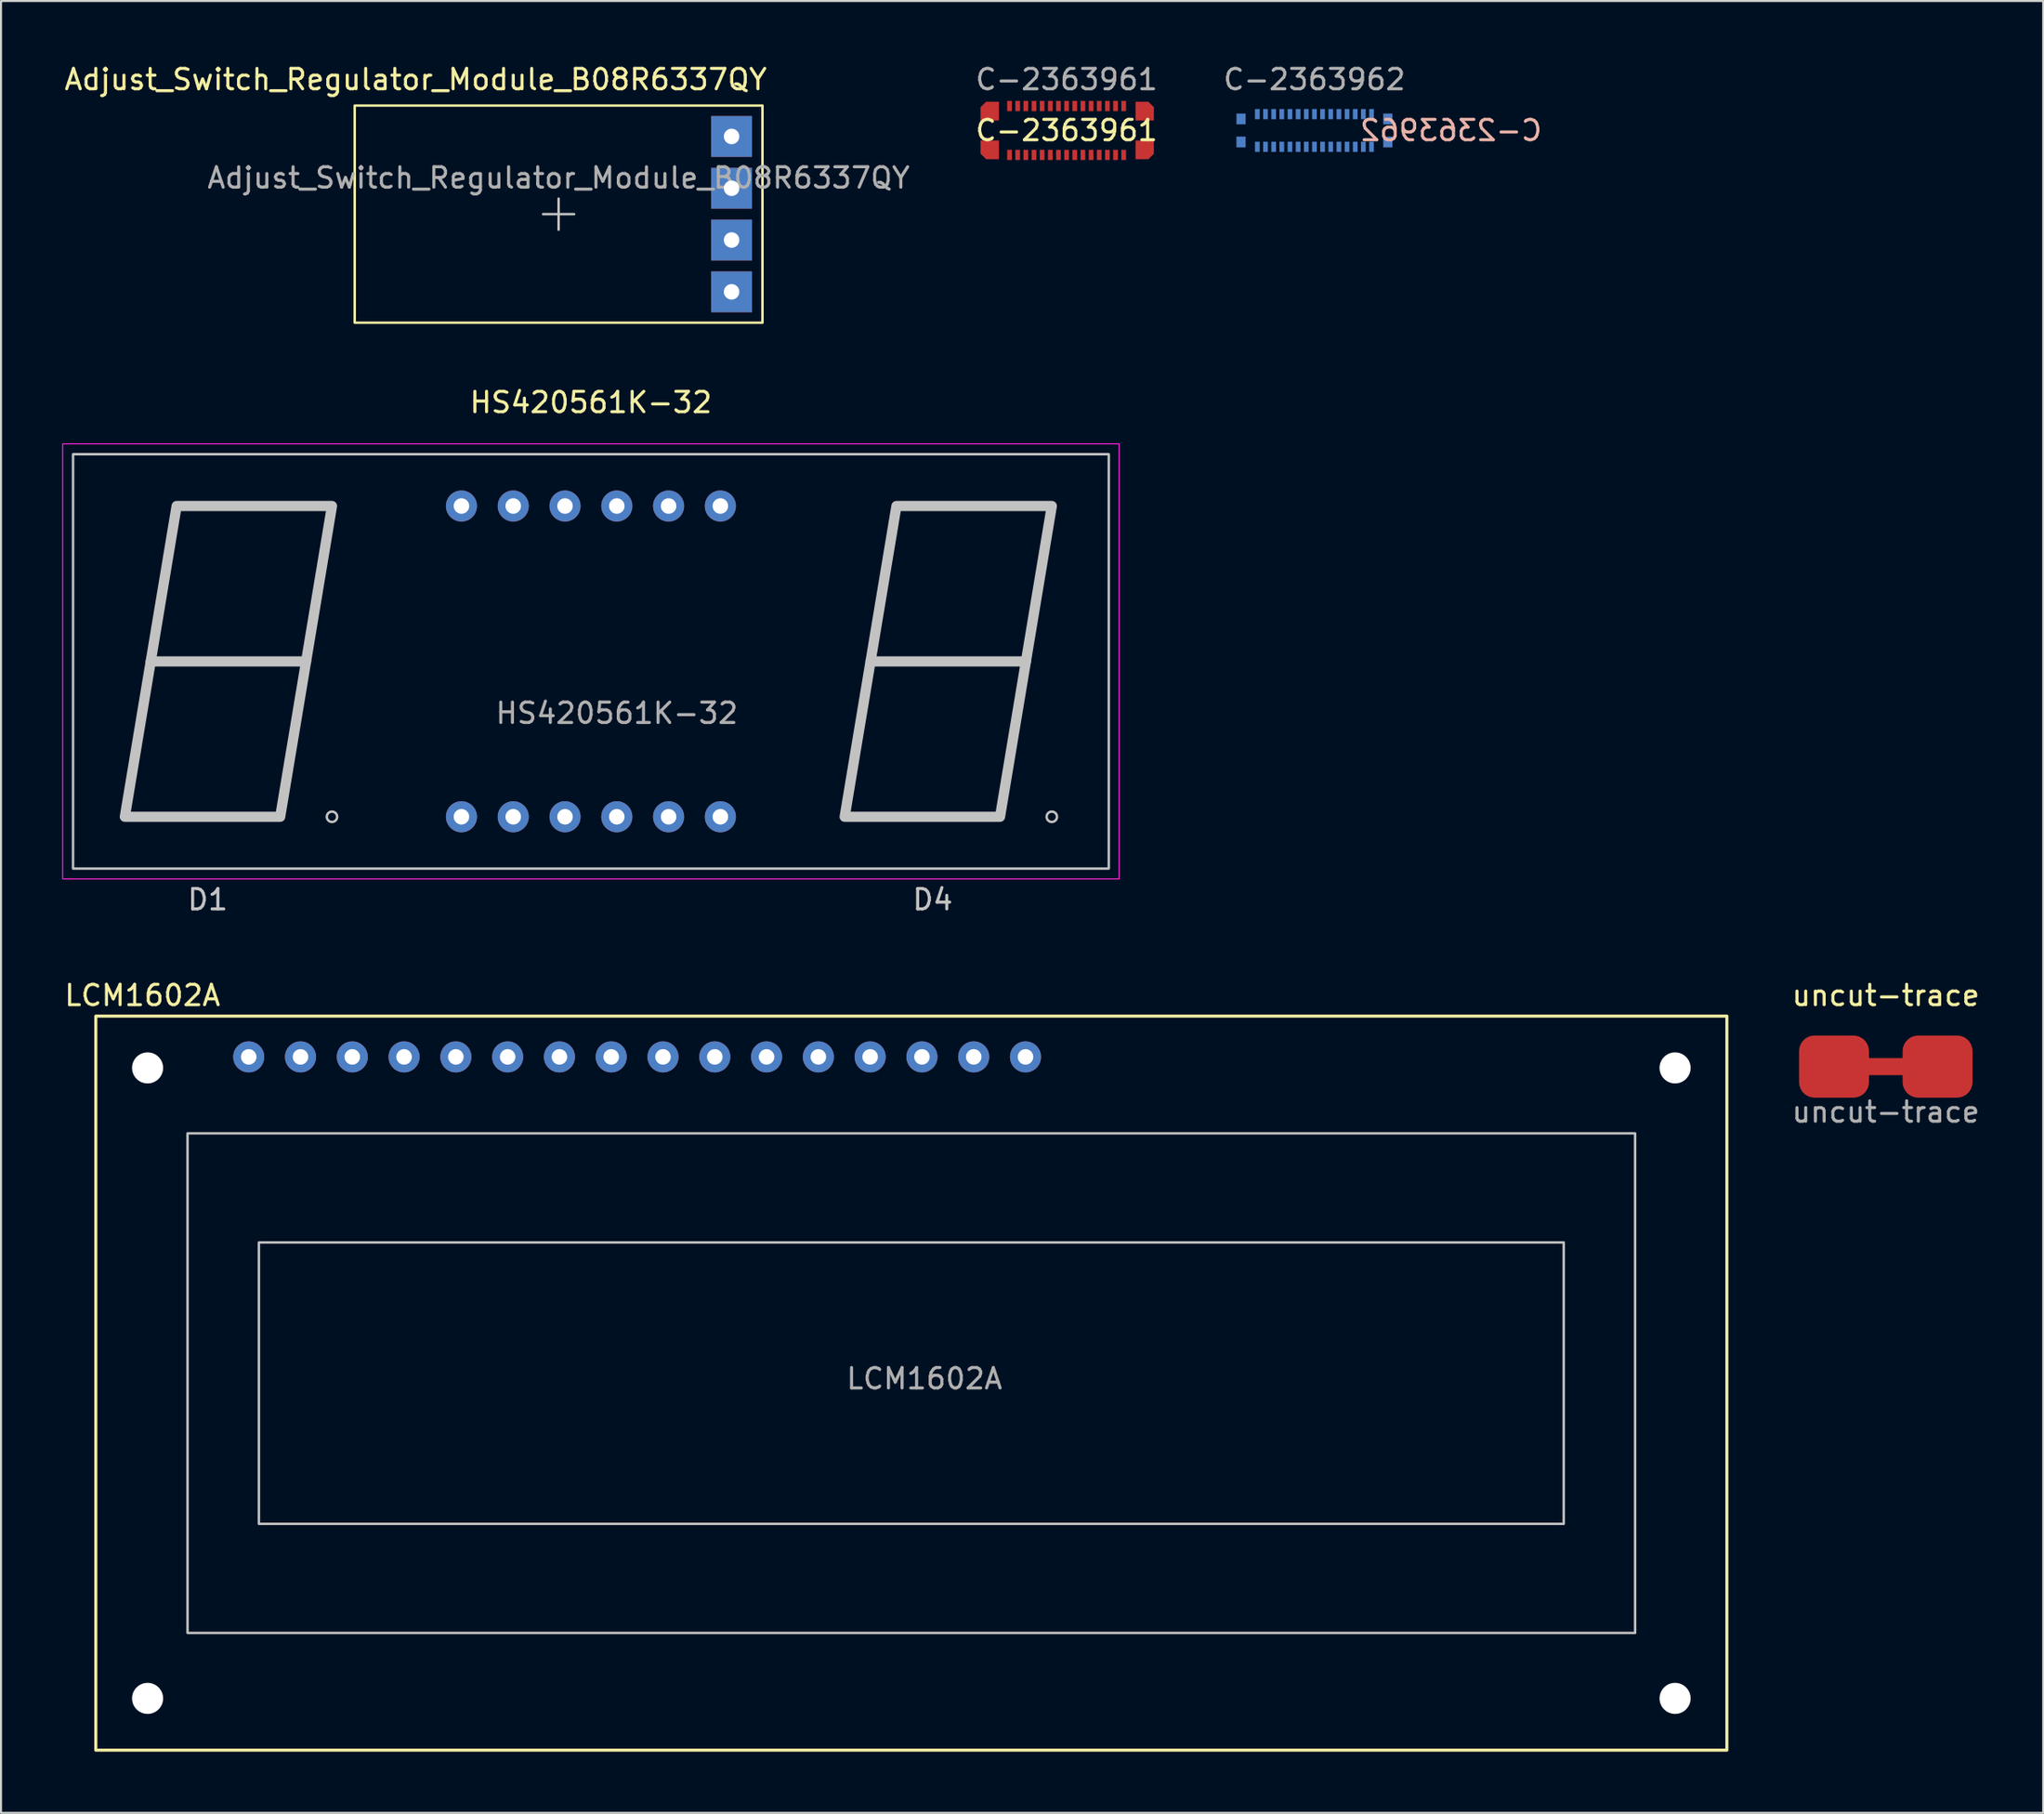
<source format=kicad_pcb>
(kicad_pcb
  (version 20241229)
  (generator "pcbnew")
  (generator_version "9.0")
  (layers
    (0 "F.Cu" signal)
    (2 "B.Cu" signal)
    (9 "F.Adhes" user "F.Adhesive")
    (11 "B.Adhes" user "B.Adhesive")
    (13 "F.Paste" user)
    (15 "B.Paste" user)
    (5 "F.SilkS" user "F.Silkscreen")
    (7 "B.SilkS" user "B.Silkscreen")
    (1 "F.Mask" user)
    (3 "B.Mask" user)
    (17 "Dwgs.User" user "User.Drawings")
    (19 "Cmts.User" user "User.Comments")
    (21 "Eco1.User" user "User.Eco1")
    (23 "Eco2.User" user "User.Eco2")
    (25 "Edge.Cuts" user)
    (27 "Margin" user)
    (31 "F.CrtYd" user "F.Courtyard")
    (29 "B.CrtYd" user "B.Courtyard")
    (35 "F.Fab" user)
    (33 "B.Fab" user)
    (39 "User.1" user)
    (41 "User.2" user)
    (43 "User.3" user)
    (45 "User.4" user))
  (footprint "C-2363962"
    (layer "F.Cu")
    (at 61.42 3.348)
    (property "Reference" "C-2363962" (at 6.7 0 0) (unlocked yes) (layer "B.SilkS") (effects (font (size 1 1) (thickness 0.15)) (justify mirror)))
    (attr smd)
    (fp_text user "${REFERENCE}" (at 0 -2.5 0) (unlocked yes) (layer "F.Fab") (effects (font (size 1 1) (thickness 0.15))))
    (pad "0" smd rect (at -3.6 -0.565) (size 0.45 0.53) (layers "B.Cu" "B.Mask" "B.Paste"))
    (pad "0" smd rect (at -3.6 0.565) (size 0.45 0.53) (layers "B.Cu" "B.Mask" "B.Paste"))
    (pad "0" smd rect (at 3.6 -0.565) (size 0.45 0.53) (layers "B.Cu" "B.Mask" "B.Paste"))
    (pad "0" smd rect (at 3.6 0.565) (size 0.45 0.53) (layers "B.Cu" "B.Mask" "B.Paste"))
    (pad "1" smd rect (at -2.8 -0.8 90) (size 0.5 0.23) (layers "B.Cu" "B.Mask" "B.Paste"))
    (pad "2" smd rect (at -2.4 -0.8 90) (size 0.5 0.23) (layers "B.Cu" "B.Mask" "B.Paste"))
    (pad "3" smd rect (at -2 -0.8 90) (size 0.5 0.23) (layers "B.Cu" "B.Mask" "B.Paste"))
    (pad "4" smd rect (at -1.6 -0.8 90) (size 0.5 0.23) (layers "B.Cu" "B.Mask" "B.Paste"))
    (pad "5" smd rect (at -1.2 -0.8 90) (size 0.5 0.23) (layers "B.Cu" "B.Mask" "B.Paste"))
    (pad "6" smd rect (at -0.8 -0.8 90) (size 0.5 0.23) (layers "B.Cu" "B.Mask" "B.Paste"))
    (pad "7" smd rect (at -0.4 -0.8 90) (size 0.5 0.23) (layers "B.Cu" "B.Mask" "B.Paste"))
    (pad "8" smd rect (at 0 -0.8 90) (size 0.5 0.23) (layers "B.Cu" "B.Mask" "B.Paste"))
    (pad "9" smd rect (at 0.4 -0.8 90) (size 0.5 0.23) (layers "B.Cu" "B.Mask" "B.Paste"))
    (pad "10" smd rect (at 0.8 -0.8 90) (size 0.5 0.23) (layers "B.Cu" "B.Mask" "B.Paste"))
    (pad "11" smd rect (at 1.2 -0.8 90) (size 0.5 0.23) (layers "B.Cu" "B.Mask" "B.Paste"))
    (pad "12" smd rect (at 1.6 -0.8 90) (size 0.5 0.23) (layers "B.Cu" "B.Mask" "B.Paste"))
    (pad "13" smd rect (at 2 -0.8 90) (size 0.5 0.23) (layers "B.Cu" "B.Mask" "B.Paste"))
    (pad "14" smd rect (at 2.4 -0.8 90) (size 0.5 0.23) (layers "B.Cu" "B.Mask" "B.Paste"))
    (pad "15" smd rect (at 2.8 -0.8 90) (size 0.5 0.23) (layers "B.Cu" "B.Mask" "B.Paste"))
    (pad "16" smd rect (at 2.8 0.8 90) (size 0.5 0.23) (layers "B.Cu" "B.Mask" "B.Paste"))
    (pad "17" smd rect (at 2.4 0.8 90) (size 0.5 0.23) (layers "B.Cu" "B.Mask" "B.Paste"))
    (pad "18" smd rect (at 2 0.8 90) (size 0.5 0.23) (layers "B.Cu" "B.Mask" "B.Paste"))
    (pad "19" smd rect (at 1.6 0.8 90) (size 0.5 0.23) (layers "B.Cu" "B.Mask" "B.Paste"))
    (pad "20" smd rect (at 1.2 0.8 90) (size 0.5 0.23) (layers "B.Cu" "B.Mask" "B.Paste"))
    (pad "21" smd rect (at 0.8 0.8 90) (size 0.5 0.23) (layers "B.Cu" "B.Mask" "B.Paste"))
    (pad "22" smd rect (at 0.4 0.8 90) (size 0.5 0.23) (layers "B.Cu" "B.Mask" "B.Paste"))
    (pad "23" smd rect (at 0 0.8 90) (size 0.5 0.23) (layers "B.Cu" "B.Mask" "B.Paste"))
    (pad "24" smd rect (at -0.4 0.8 90) (size 0.5 0.23) (layers "B.Cu" "B.Mask" "B.Paste"))
    (pad "25" smd rect (at -0.8 0.8 90) (size 0.5 0.23) (layers "B.Cu" "B.Mask" "B.Paste"))
    (pad "26" smd rect (at -1.2 0.8 90) (size 0.5 0.23) (layers "B.Cu" "B.Mask" "B.Paste"))
    (pad "27" smd rect (at -1.6 0.8 90) (size 0.5 0.23) (layers "B.Cu" "B.Mask" "B.Paste"))
    (pad "28" smd rect (at -2 0.8 90) (size 0.5 0.23) (layers "B.Cu" "B.Mask" "B.Paste"))
    (pad "29" smd rect (at -2.4 0.8 90) (size 0.5 0.23) (layers "B.Cu" "B.Mask" "B.Paste"))
    (pad "30" smd rect (at -2.8 0.8 90) (size 0.5 0.23) (layers "B.Cu" "B.Mask" "B.Paste")))
  (footprint "LCM1602A"
    (layer "F.Cu")
    (at 9.149 48.782)
    (property "Reference" "LCM1602A" (at -5.214 -3.016 0) (unlocked yes) (layer "F.SilkS") (effects (font (size 1 1) (thickness 0.15))))
    (attr through_hole)
    (fp_rect (start -7.5 -2) (end 72.5 34) (stroke (width 0.15) (type solid)) (fill no) (layer "F.SilkS"))
    (fp_rect (start -3 3.75) (end 68 28.25) (stroke (width 0.12) (type solid)) (fill no) (layer "Dwgs.User"))
    (fp_rect (start 0.5 9.1) (end 64.5 22.9) (stroke (width 0.12) (type solid)) (fill no) (layer "Dwgs.User"))
    (fp_text user "${REFERENCE}" (at 33.14 15.78 0) (unlocked yes) (layer "F.Fab") (effects (font (size 1 1) (thickness 0.15))))
    (pad "" np_thru_hole circle (at -4.96 0.54) (size 1.524 1.524) (drill 2.5) (layers "*.Cu" "*.Mask"))
    (pad "" np_thru_hole circle (at -4.96 31.46) (size 1.524 1.524) (drill 2.5) (layers "*.Cu" "*.Mask"))
    (pad "" np_thru_hole circle (at 69.96 0.54) (size 1.524 1.524) (drill 2.5) (layers "*.Cu" "*.Mask"))
    (pad "" np_thru_hole circle (at 69.96 31.46) (size 1.524 1.524) (drill 2.5) (layers "*.Cu" "*.Mask"))
    (pad "1" thru_hole circle (at 0 0) (size 1.524 1.524) (drill 0.762) (layers "*.Cu" "*.Mask"))
    (pad "2" thru_hole circle (at 2.54 0) (size 1.524 1.524) (drill 0.762) (layers "*.Cu" "*.Mask"))
    (pad "3" thru_hole circle (at 5.08 0) (size 1.524 1.524) (drill 0.762) (layers "*.Cu" "*.Mask"))
    (pad "4" thru_hole circle (at 7.62 0) (size 1.524 1.524) (drill 0.762) (layers "*.Cu" "*.Mask"))
    (pad "5" thru_hole circle (at 10.16 0) (size 1.524 1.524) (drill 0.762) (layers "*.Cu" "*.Mask"))
    (pad "6" thru_hole circle (at 12.7 0) (size 1.524 1.524) (drill 0.762) (layers "*.Cu" "*.Mask"))
    (pad "7" thru_hole circle (at 15.24 0) (size 1.524 1.524) (drill 0.762) (layers "*.Cu" "*.Mask"))
    (pad "8" thru_hole circle (at 17.78 0) (size 1.524 1.524) (drill 0.762) (layers "*.Cu" "*.Mask"))
    (pad "9" thru_hole circle (at 20.32 0) (size 1.524 1.524) (drill 0.762) (layers "*.Cu" "*.Mask"))
    (pad "10" thru_hole circle (at 22.86 0) (size 1.524 1.524) (drill 0.762) (layers "*.Cu" "*.Mask"))
    (pad "11" thru_hole circle (at 25.4 0) (size 1.524 1.524) (drill 0.762) (layers "*.Cu" "*.Mask"))
    (pad "12" thru_hole circle (at 27.94 0) (size 1.524 1.524) (drill 0.762) (layers "*.Cu" "*.Mask"))
    (pad "13" thru_hole circle (at 30.48 0) (size 1.524 1.524) (drill 0.762) (layers "*.Cu" "*.Mask"))
    (pad "14" thru_hole circle (at 33.02 0) (size 1.524 1.524) (drill 0.762) (layers "*.Cu" "*.Mask"))
    (pad "15" thru_hole circle (at 35.56 0) (size 1.524 1.524) (drill 0.762) (layers "*.Cu" "*.Mask"))
    (pad "16" thru_hole circle (at 38.1 0) (size 1.524 1.524) (drill 0.762) (layers "*.Cu" "*.Mask")))
  (footprint "C-2363961"
    (layer "F.Cu")
    (at 49.265 3.348)
    (property "Reference" "C-2363961" (at 0 0 0) (unlocked yes) (layer "F.SilkS") (effects (font (size 1 1) (thickness 0.15))))
    (attr smd)
    (fp_text user "${REFERENCE}" (at 0 -2.5 0) (unlocked yes) (layer "F.Fab") (effects (font (size 1 1) (thickness 0.15))))
    (pad "0" smd roundrect (at -3.77 -0.95) (size 0.9 0.92) (layers "F.Cu" "F.Mask" "F.Paste") (roundrect_rratio 0) (chamfer_ratio 0.3) (chamfer top_left))
    (pad "0" smd roundrect (at -3.77 0.95) (size 0.9 0.92) (layers "F.Cu" "F.Mask" "F.Paste") (roundrect_rratio 0) (chamfer_ratio 0.3) (chamfer bottom_left))
    (pad "0" smd roundrect (at 3.83 -0.95) (size 0.9 0.92) (layers "F.Cu" "F.Mask" "F.Paste") (roundrect_rratio 0) (chamfer_ratio 0.3) (chamfer top_right))
    (pad "0" smd roundrect (at 3.83 0.95) (size 0.9 0.92) (layers "F.Cu" "F.Mask" "F.Paste") (roundrect_rratio 0) (chamfer_ratio 0.3) (chamfer bottom_right))
    (pad "1" smd rect (at -2.8 -1.2 90) (size 0.5 0.23) (layers "F.Cu" "F.Mask" "F.Paste"))
    (pad "2" smd rect (at -2.4 -1.2 90) (size 0.5 0.23) (layers "F.Cu" "F.Mask" "F.Paste"))
    (pad "3" smd rect (at -2 -1.2 90) (size 0.5 0.23) (layers "F.Cu" "F.Mask" "F.Paste"))
    (pad "4" smd rect (at -1.6 -1.2 90) (size 0.5 0.23) (layers "F.Cu" "F.Mask" "F.Paste"))
    (pad "5" smd rect (at -1.2 -1.2 90) (size 0.5 0.23) (layers "F.Cu" "F.Mask" "F.Paste"))
    (pad "6" smd rect (at -0.8 -1.2 90) (size 0.5 0.23) (layers "F.Cu" "F.Mask" "F.Paste"))
    (pad "7" smd rect (at -0.4 -1.2 90) (size 0.5 0.23) (layers "F.Cu" "F.Mask" "F.Paste"))
    (pad "8" smd rect (at 0 -1.2 90) (size 0.5 0.23) (layers "F.Cu" "F.Mask" "F.Paste"))
    (pad "9" smd rect (at 0.4 -1.2 90) (size 0.5 0.23) (layers "F.Cu" "F.Mask" "F.Paste"))
    (pad "10" smd rect (at 0.8 -1.2 90) (size 0.5 0.23) (layers "F.Cu" "F.Mask" "F.Paste"))
    (pad "11" smd rect (at 1.2 -1.2 90) (size 0.5 0.23) (layers "F.Cu" "F.Mask" "F.Paste"))
    (pad "12" smd rect (at 1.6 -1.2 90) (size 0.5 0.23) (layers "F.Cu" "F.Mask" "F.Paste"))
    (pad "13" smd rect (at 2 -1.2 90) (size 0.5 0.23) (layers "F.Cu" "F.Mask" "F.Paste"))
    (pad "14" smd rect (at 2.4 -1.2 90) (size 0.5 0.23) (layers "F.Cu" "F.Mask" "F.Paste"))
    (pad "15" smd rect (at 2.8 -1.2 90) (size 0.5 0.23) (layers "F.Cu" "F.Mask" "F.Paste"))
    (pad "16" smd rect (at 2.8 1.2 90) (size 0.5 0.23) (layers "F.Cu" "F.Mask" "F.Paste"))
    (pad "17" smd rect (at 2.4 1.2 90) (size 0.5 0.23) (layers "F.Cu" "F.Mask" "F.Paste"))
    (pad "18" smd rect (at 2 1.2 90) (size 0.5 0.23) (layers "F.Cu" "F.Mask" "F.Paste"))
    (pad "19" smd rect (at 1.6 1.2 90) (size 0.5 0.23) (layers "F.Cu" "F.Mask" "F.Paste"))
    (pad "20" smd rect (at 1.2 1.2 90) (size 0.5 0.23) (layers "F.Cu" "F.Mask" "F.Paste"))
    (pad "21" smd rect (at 0.8 1.2 90) (size 0.5 0.23) (layers "F.Cu" "F.Mask" "F.Paste"))
    (pad "22" smd rect (at 0.4 1.2 90) (size 0.5 0.23) (layers "F.Cu" "F.Mask" "F.Paste"))
    (pad "23" smd rect (at 0 1.2 90) (size 0.5 0.23) (layers "F.Cu" "F.Mask" "F.Paste"))
    (pad "24" smd rect (at -0.4 1.2 90) (size 0.5 0.23) (layers "F.Cu" "F.Mask" "F.Paste"))
    (pad "25" smd rect (at -0.8 1.2 90) (size 0.5 0.23) (layers "F.Cu" "F.Mask" "F.Paste"))
    (pad "26" smd rect (at -1.2 1.2 90) (size 0.5 0.23) (layers "F.Cu" "F.Mask" "F.Paste"))
    (pad "27" smd rect (at -1.6 1.2 90) (size 0.5 0.23) (layers "F.Cu" "F.Mask" "F.Paste"))
    (pad "28" smd rect (at -2 1.2 90) (size 0.5 0.23) (layers "F.Cu" "F.Mask" "F.Paste"))
    (pad "29" smd rect (at -2.4 1.2 90) (size 0.5 0.23) (layers "F.Cu" "F.Mask" "F.Paste"))
    (pad "30" smd rect (at -2.8 1.2 90) (size 0.5 0.23) (layers "F.Cu" "F.Mask" "F.Paste")))
  (footprint "Adjust_Switch_Regulator_Module_B08R6337QY"
    (layer "F.Cu")
    (at 24.348 7.452)
    (property "Reference" "Adjust_Switch_Regulator_Module_B08R6337QY" (at -7.009 -6.604 0) (unlocked yes) (layer "F.SilkS") (effects (font (size 1 1) (thickness 0.15))))
    (attr through_hole)
    (fp_rect (start -10 5.325) (end 10 -5.325) (stroke (width 0.12) (type solid)) (fill no) (layer "F.SilkS"))
    (fp_line (start -0.762 0) (end 0.762 0) (stroke (width 0.12) (type solid)) (layer "Dwgs.User"))
    (fp_line (start 0 -0.762) (end 0 0.762) (stroke (width 0.12) (type solid)) (layer "Dwgs.User"))
    (fp_text user "${REFERENCE}" (at 0 -1.778 0) (unlocked yes) (layer "F.Fab") (effects (font (size 1 1) (thickness 0.15))))
    (pad "1" thru_hole rect (at 8.485 -3.81) (size 2 2) (drill 0.762) (layers "*.Cu" "*.Mask"))
    (pad "2" thru_hole rect (at 8.485 -1.27) (size 2 2) (drill 0.762) (layers "*.Cu" "*.Mask"))
    (pad "3" thru_hole rect (at 8.485 1.27) (size 2 2) (drill 0.762) (layers "*.Cu" "*.Mask"))
    (pad "4" thru_hole rect (at 8.485 3.81) (size 2 2) (drill 0.762) (layers "*.Cu" "*.Mask"))
    (zone (net_name "") (layers "F.Cu" "Dwgs.User") (hatch edge 0.508) (connect_pads) (min_thickness 0.254) (filled_areas_thickness no) (keepout (tracks not_allowed) (vias not_allowed) (pads not_allowed) (copperpour allowed) (footprints not_allowed)) (placement (enabled no)) (fill) (polygon (pts (xy 30.698 7.452) (xy 15.458 7.452) (xy 15.458 2.372) (xy 30.698 2.372)))))
  (footprint "uncut-trace"
    (layer "F.Cu")
    (at 89.444 49.576)
    (property "Reference" "uncut-trace" (at 0 -3.81 0) (unlocked yes) (layer "F.SilkS") (effects (font (size 1 1) (thickness 0.15))))
    (attr smd)
    (fp_rect (start -1.27 -0.635) (end 1.27 0) (stroke (width 0.2) (type solid)) (fill yes) (layer "F.Cu"))
    (fp_text user "${REFERENCE}" (at 0 1.905 0) (unlocked yes) (layer "F.Fab") (effects (font (size 1 1) (thickness 0.15))))
    (pad "1" smd roundrect (at -2.54 -0.318) (size 3.429 3.048) (layers "F.Cu" "F.Mask" "F.Paste") (roundrect_rratio 0.25))
    (pad "2" smd roundrect (at 2.54 -0.318) (size 3.429 3.048) (layers "F.Cu" "F.Mask" "F.Paste") (roundrect_rratio 0.25)))
  (footprint "HS420561K-32"
    (layer "F.Cu")
    (at 25.933 29.386)
    (property "Reference" "HS420561K-32" (at 0 -12.7 0) (unlocked yes) (layer "F.SilkS") (effects (font (size 1 1) (thickness 0.15))))
    (attr through_hole)
    (fp_line (start -21.59 0) (end -13.97 0) (stroke (width 0.5) (type solid)) (layer "Dwgs.User"))
    (fp_line (start 13.716 0) (end 21.336 0) (stroke (width 0.5) (type solid)) (layer "Dwgs.User"))
    (fp_rect (start -25.4 -10.16) (end 25.4 10.16) (stroke (width 0.12) (type solid)) (fill no) (layer "Dwgs.User"))
    (fp_circle (center -12.7 7.62) (end -12.446 7.62) (stroke (width 0.12) (type solid)) (fill no) (layer "Dwgs.User"))
    (fp_circle (center 22.606 7.62) (end 22.86 7.62) (stroke (width 0.12) (type solid)) (fill no) (layer "Dwgs.User"))
    (fp_poly (pts (xy -15.24 7.62) (xy -22.86 7.62) (xy -20.32 -7.62) (xy -12.7 -7.62)) (stroke (width 0.5) (type solid)) (fill no) (layer "Dwgs.User"))
    (fp_poly (pts (xy 20.066 7.62) (xy 12.446 7.62) (xy 14.986 -7.62) (xy 22.606 -7.62)) (stroke (width 0.5) (type solid)) (fill no) (layer "Dwgs.User"))
    (fp_rect (start -25.908 -10.668) (end 25.908 10.668) (stroke (width 0.05) (type solid)) (fill no) (layer "F.CrtYd"))
    (fp_text user "D4" (at 16.764 11.684 0) (unlocked yes) (layer "Dwgs.User") (effects (font (size 1 1) (thickness 0.15))))
    (fp_text user "D1" (at -18.796 11.684 0) (unlocked yes) (layer "Dwgs.User") (effects (font (size 1 1) (thickness 0.15))))
    (fp_text user "${REFERENCE}" (at 1.27 2.54 0) (unlocked yes) (layer "F.Fab") (effects (font (size 1 1) (thickness 0.15))))
    (pad "1" thru_hole circle (at -6.35 7.62) (size 1.524 1.524) (drill 0.762) (layers "*.Cu" "*.Mask"))
    (pad "2" thru_hole circle (at -3.81 7.62) (size 1.524 1.524) (drill 0.762) (layers "*.Cu" "*.Mask"))
    (pad "3" thru_hole circle (at -1.27 7.62) (size 1.524 1.524) (drill 0.762) (layers "*.Cu" "*.Mask"))
    (pad "4" thru_hole circle (at 1.27 7.62) (size 1.524 1.524) (drill 0.762) (layers "*.Cu" "*.Mask"))
    (pad "5" thru_hole circle (at 3.81 7.62) (size 1.524 1.524) (drill 0.762) (layers "*.Cu" "*.Mask"))
    (pad "6" thru_hole circle (at 6.35 7.62) (size 1.524 1.524) (drill 0.762) (layers "*.Cu" "*.Mask"))
    (pad "7" thru_hole circle (at 6.35 -7.62) (size 1.524 1.524) (drill 0.762) (layers "*.Cu" "*.Mask"))
    (pad "8" thru_hole circle (at 3.81 -7.62) (size 1.524 1.524) (drill 0.762) (layers "*.Cu" "*.Mask"))
    (pad "9" thru_hole circle (at 1.27 -7.62) (size 1.524 1.524) (drill 0.762) (layers "*.Cu" "*.Mask"))
    (pad "10" thru_hole circle (at -1.27 -7.62) (size 1.524 1.524) (drill 0.762) (layers "*.Cu" "*.Mask"))
    (pad "11" thru_hole circle (at -3.81 -7.62) (size 1.524 1.524) (drill 0.762) (layers "*.Cu" "*.Mask"))
    (pad "12" thru_hole circle (at -6.35 -7.62) (size 1.524 1.524) (drill 0.762) (layers "*.Cu" "*.Mask")))
  (gr_rect
    (start -3 -3)
    (end 97.164 85.857)
    (stroke (width 0.1) (type default))
    (fill no)
    (layer "Edge.Cuts")))
</source>
